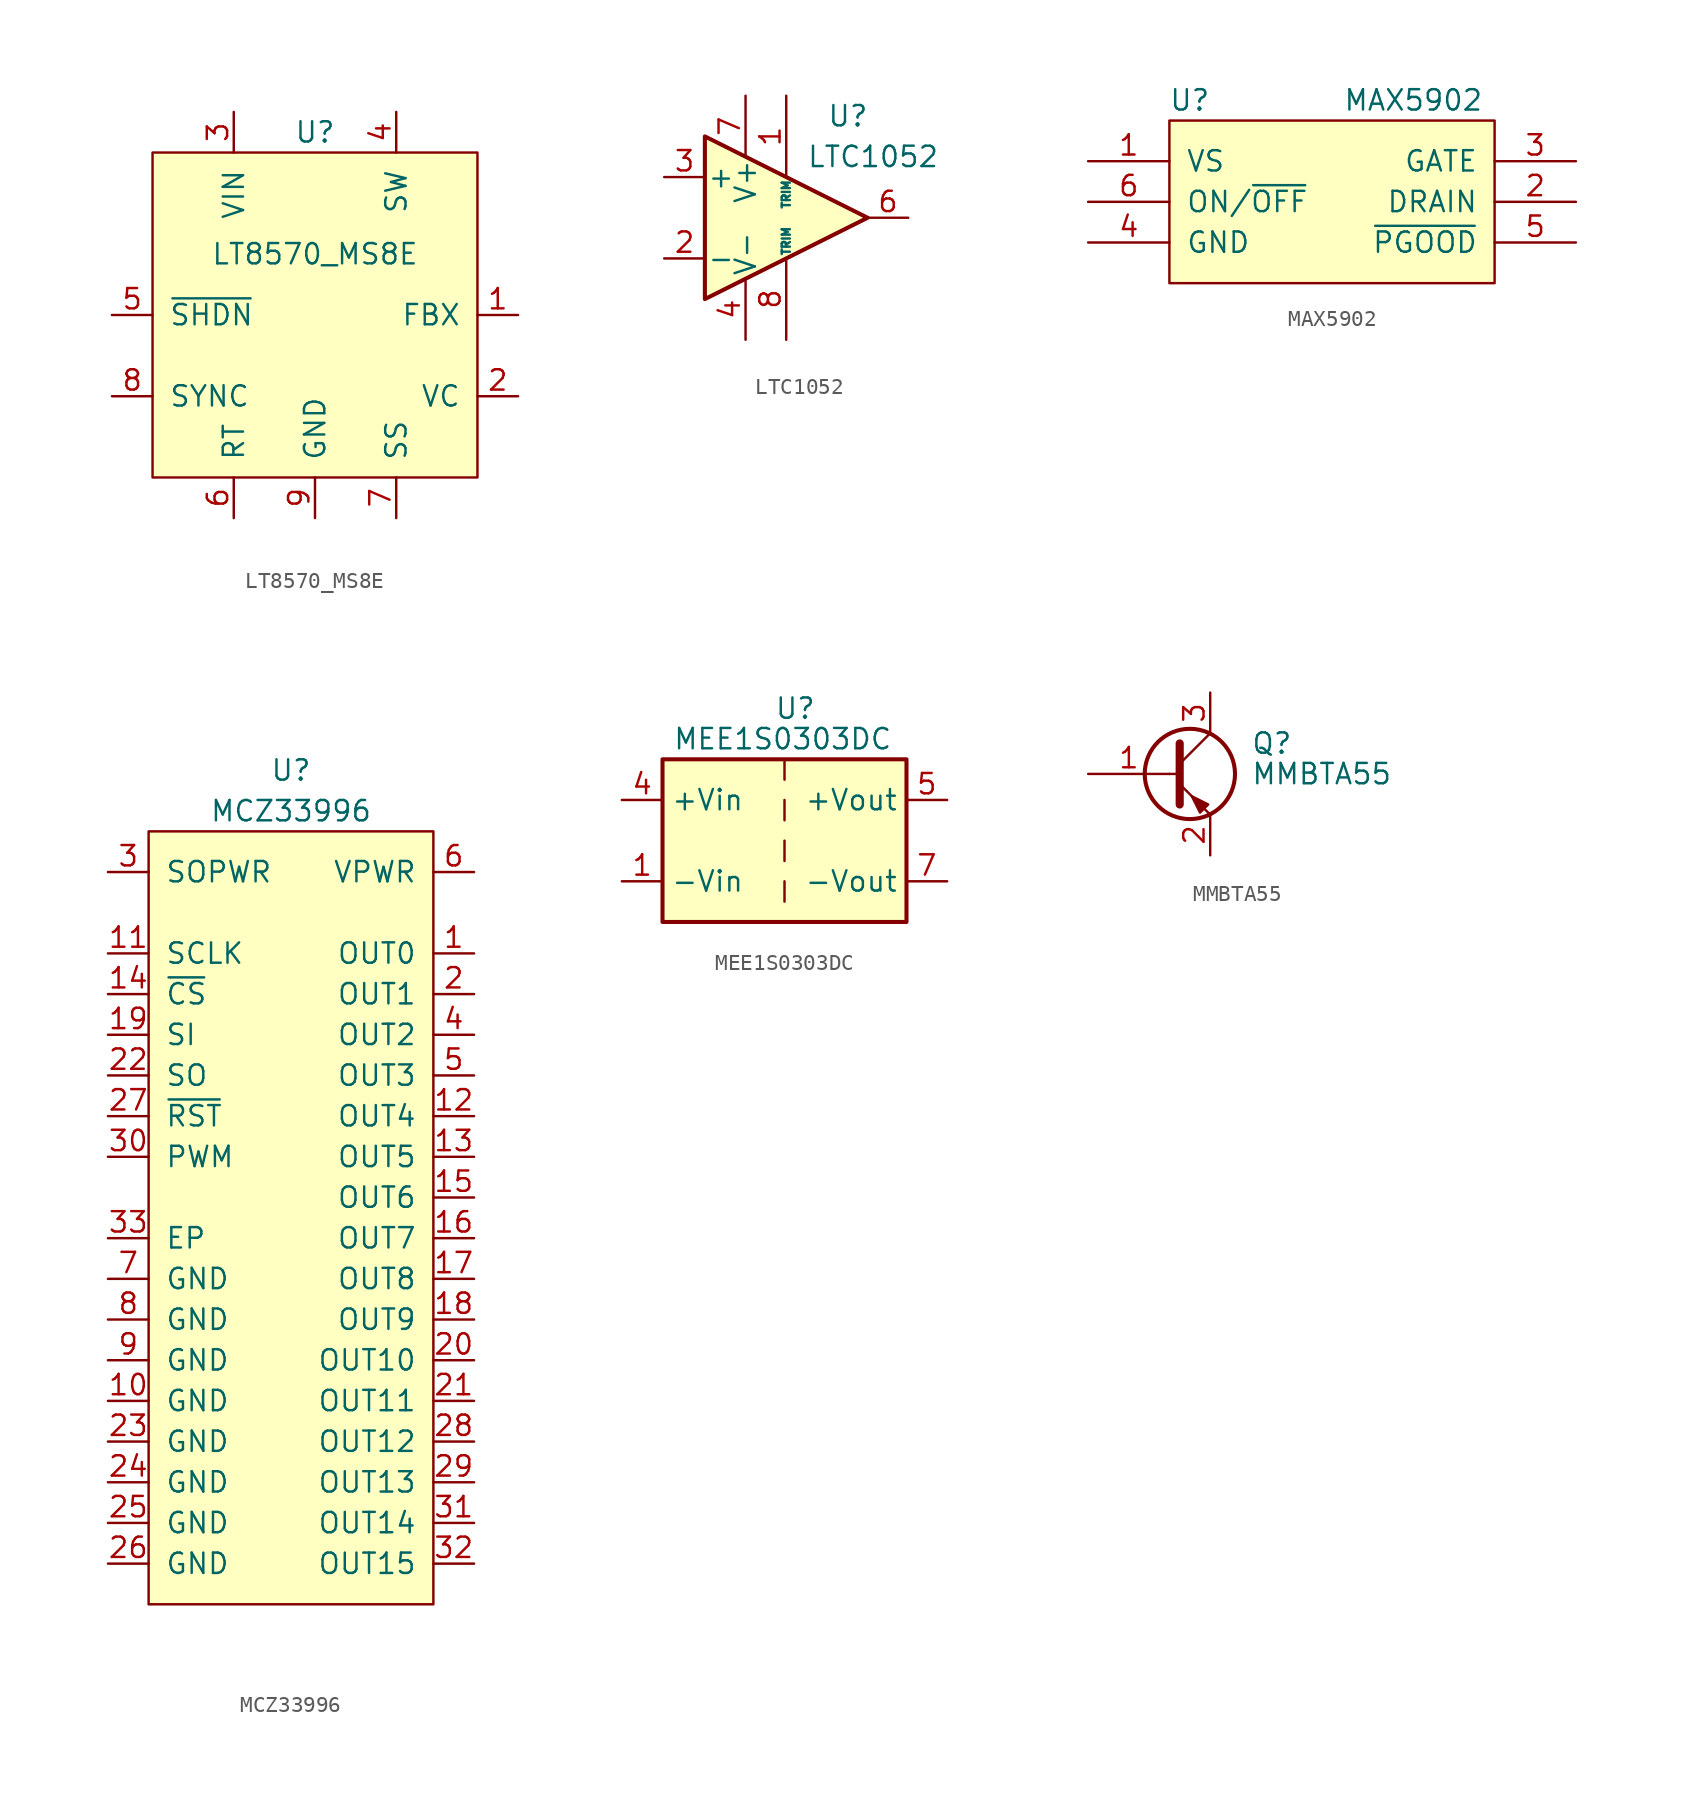
<source format=kicad_sym>
(kicad_symbol_lib
  (version 20211014)
  (generator kicad_symbol_editor)
  (symbol "LT8570_MS8E"
    (pin_names
      (offset 1.016))
    (property "Reference" "U"
      (at 0 11.43 0)
      (effects (font (size 1.27 1.27))))
    (property "Value" "LT8570_MS8E"
      (at 0 3.81 0)
      (effects (font (size 1.27 1.27))))
    (symbol "LT8570_MS8E_0_1"
      (rectangle (start -10.16 10.16) (end 10.16 -10.16) (stroke (width 0) (type default) (color 0 0 0 0)) (fill (type background))))
    (symbol "LT8570_MS8E_1_1"
      (pin input line (at 12.7 0 180) (length 2.54) (name "FBX" (effects (font (size 1.27 1.27)))) (number "1" (effects (font (size 1.27 1.27)))))
      (pin input line (at 12.7 -5.08 180) (length 2.54) (name "VC" (effects (font (size 1.27 1.27)))) (number "2" (effects (font (size 1.27 1.27)))))
      (pin passive line (at -5.08 12.7 270) (length 2.54) (name "VIN" (effects (font (size 1.27 1.27)))) (number "3" (effects (font (size 1.27 1.27)))))
      (pin passive line (at 5.08 12.7 270) (length 2.54) (name "SW" (effects (font (size 1.27 1.27)))) (number "4" (effects (font (size 1.27 1.27)))))
      (pin input line (at -12.7 0 0) (length 2.54) (name "~{SHDN}" (effects (font (size 1.27 1.27)))) (number "5" (effects (font (size 1.27 1.27)))))
      (pin passive line (at -5.08 -12.7 90) (length 2.54) (name "RT" (effects (font (size 1.27 1.27)))) (number "6" (effects (font (size 1.27 1.27)))))
      (pin passive line (at 5.08 -12.7 90) (length 2.54) (name "SS" (effects (font (size 1.27 1.27)))) (number "7" (effects (font (size 1.27 1.27)))))
      (pin input line (at -12.7 -5.08 0) (length 2.54) (name "SYNC" (effects (font (size 1.27 1.27)))) (number "8" (effects (font (size 1.27 1.27)))))
      (pin passive line (at 0 -12.7 90) (length 2.54) (name "GND" (effects (font (size 1.27 1.27)))) (number "9" (effects (font (size 1.27 1.27)))))))
  (symbol "LTC1052"
    (pin_names
      (offset 0.127))
    (property "Reference" "U"
      (at 2.54 6.35 0)
      (effects (font (size 1.27 1.27)) (justify left)))
    (property "Value" "LTC1052"
      (at 1.27 3.81 0)
      (effects (font (size 1.27 1.27)) (justify left)))
    (symbol "LTC1052_0_1"
      (polyline (pts (xy -5.08 5.08) (xy 5.08 0) (xy -5.08 -5.08) (xy -5.08 5.08)) (stroke (width 0.254) (type default) (color 0 0 0 0)) (fill (type background))))
    (symbol "LTC1052_1_1"
      (pin input line (at 0 7.62 270) (length 5.08) (name "TRIM" (effects (font (size 0.508 0.508)))) (number "1" (effects (font (size 1.27 1.27)))))
      (pin input line (at -7.62 -2.54 0) (length 2.54) (name "-" (effects (font (size 1.27 1.27)))) (number "2" (effects (font (size 1.27 1.27)))))
      (pin input line (at -7.62 2.54 0) (length 2.54) (name "+" (effects (font (size 1.27 1.27)))) (number "3" (effects (font (size 1.27 1.27)))))
      (pin power_in line (at -2.54 -7.62 90) (length 3.81) (name "V-" (effects (font (size 1.27 1.27)))) (number "4" (effects (font (size 1.27 1.27)))))
      (pin no_connect non_logic (at 2.54 -1.27 90) (length 0) hide (name "NC" (effects (font (size 0.508 0.508)))) (number "5" (effects (font (size 1.27 1.27)))))
      (pin output line (at 7.62 0 180) (length 2.54) (name "~" (effects (font (size 1.27 1.27)))) (number "6" (effects (font (size 1.27 1.27)))))
      (pin power_in line (at -2.54 7.62 270) (length 3.81) (name "V+" (effects (font (size 1.27 1.27)))) (number "7" (effects (font (size 1.27 1.27)))))
      (pin input line (at 0 -7.62 90) (length 5.08) (name "TRIM" (effects (font (size 0.508 0.508)))) (number "8" (effects (font (size 1.27 1.27)))))))
  (symbol "MAX5902"
    (pin_names
      (offset 1.016))
    (property "Reference" "U"
      (at -8.89 6.35 0)
      (effects (font (size 1.27 1.27))))
    (property "Value" "MAX5902"
      (at 5.08 6.35 0)
      (effects (font (size 1.27 1.27))))
    (symbol "MAX5902_0_1"
      (rectangle (start -10.16 5.08) (end 10.16 -5.08) (stroke (width 0) (type default) (color 0 0 0 0)) (fill (type background))))
    (symbol "MAX5902_1_1"
      (pin passive line (at -15.24 2.54 0) (length 5.08) (name "VS" (effects (font (size 1.27 1.27)))) (number "1" (effects (font (size 1.27 1.27)))))
      (pin passive line (at 15.24 0 180) (length 5.08) (name "DRAIN" (effects (font (size 1.27 1.27)))) (number "2" (effects (font (size 1.27 1.27)))))
      (pin passive line (at 15.24 2.54 180) (length 5.08) (name "GATE" (effects (font (size 1.27 1.27)))) (number "3" (effects (font (size 1.27 1.27)))))
      (pin passive line (at -15.24 -2.54 0) (length 5.08) (name "GND" (effects (font (size 1.27 1.27)))) (number "4" (effects (font (size 1.27 1.27)))))
      (pin passive line (at 15.24 -2.54 180) (length 5.08) (name "~{PGOOD}" (effects (font (size 1.27 1.27)))) (number "5" (effects (font (size 1.27 1.27)))))
      (pin passive line (at -15.24 0 0) (length 5.08) (name "ON/~{OFF}" (effects (font (size 1.27 1.27)))) (number "6" (effects (font (size 1.27 1.27)))))))
  (symbol "MCZ33996"
    (pin_names
      (offset 1.016))
    (property "Reference" "U"
      (at 0 27.94 0)
      (effects (font (size 1.27 1.27))))
    (property "Value" "MCZ33996"
      (at 0 25.4 0)
      (effects (font (size 1.27 1.27))))
    (symbol "MCZ33996_0_1"
      (rectangle (start -8.89 24.13) (end 8.89 -24.13) (stroke (width 0) (type default) (color 0 0 0 0)) (fill (type background))))
    (symbol "MCZ33996_1_1"
      (pin bidirectional line (at 11.43 16.51 180) (length 2.54) (name "OUT0" (effects (font (size 1.27 1.27)))) (number "1" (effects (font (size 1.27 1.27)))))
      (pin passive line (at -11.43 -11.43 0) (length 2.54) (name "GND" (effects (font (size 1.27 1.27)))) (number "10" (effects (font (size 1.27 1.27)))))
      (pin bidirectional line (at -11.43 16.51 0) (length 2.54) (name "SCLK" (effects (font (size 1.27 1.27)))) (number "11" (effects (font (size 1.27 1.27)))))
      (pin bidirectional line (at 11.43 6.35 180) (length 2.54) (name "OUT4" (effects (font (size 1.27 1.27)))) (number "12" (effects (font (size 1.27 1.27)))))
      (pin bidirectional line (at 11.43 3.81 180) (length 2.54) (name "OUT5" (effects (font (size 1.27 1.27)))) (number "13" (effects (font (size 1.27 1.27)))))
      (pin bidirectional line (at -11.43 13.97 0) (length 2.54) (name "~{CS}" (effects (font (size 1.27 1.27)))) (number "14" (effects (font (size 1.27 1.27)))))
      (pin bidirectional line (at 11.43 1.27 180) (length 2.54) (name "OUT6" (effects (font (size 1.27 1.27)))) (number "15" (effects (font (size 1.27 1.27)))))
      (pin bidirectional line (at 11.43 -1.27 180) (length 2.54) (name "OUT7" (effects (font (size 1.27 1.27)))) (number "16" (effects (font (size 1.27 1.27)))))
      (pin bidirectional line (at 11.43 -3.81 180) (length 2.54) (name "OUT8" (effects (font (size 1.27 1.27)))) (number "17" (effects (font (size 1.27 1.27)))))
      (pin bidirectional line (at 11.43 -6.35 180) (length 2.54) (name "OUT9" (effects (font (size 1.27 1.27)))) (number "18" (effects (font (size 1.27 1.27)))))
      (pin bidirectional line (at -11.43 11.43 0) (length 2.54) (name "SI" (effects (font (size 1.27 1.27)))) (number "19" (effects (font (size 1.27 1.27)))))
      (pin bidirectional line (at 11.43 13.97 180) (length 2.54) (name "OUT1" (effects (font (size 1.27 1.27)))) (number "2" (effects (font (size 1.27 1.27)))))
      (pin bidirectional line (at 11.43 -8.89 180) (length 2.54) (name "OUT10" (effects (font (size 1.27 1.27)))) (number "20" (effects (font (size 1.27 1.27)))))
      (pin bidirectional line (at 11.43 -11.43 180) (length 2.54) (name "OUT11" (effects (font (size 1.27 1.27)))) (number "21" (effects (font (size 1.27 1.27)))))
      (pin bidirectional line (at -11.43 8.89 0) (length 2.54) (name "SO" (effects (font (size 1.27 1.27)))) (number "22" (effects (font (size 1.27 1.27)))))
      (pin passive line (at -11.43 -13.97 0) (length 2.54) (name "GND" (effects (font (size 1.27 1.27)))) (number "23" (effects (font (size 1.27 1.27)))))
      (pin passive line (at -11.43 -16.51 0) (length 2.54) (name "GND" (effects (font (size 1.27 1.27)))) (number "24" (effects (font (size 1.27 1.27)))))
      (pin passive line (at -11.43 -19.05 0) (length 2.54) (name "GND" (effects (font (size 1.27 1.27)))) (number "25" (effects (font (size 1.27 1.27)))))
      (pin passive line (at -11.43 -21.59 0) (length 2.54) (name "GND" (effects (font (size 1.27 1.27)))) (number "26" (effects (font (size 1.27 1.27)))))
      (pin bidirectional line (at -11.43 6.35 0) (length 2.54) (name "~{RST}" (effects (font (size 1.27 1.27)))) (number "27" (effects (font (size 1.27 1.27)))))
      (pin bidirectional line (at 11.43 -13.97 180) (length 2.54) (name "OUT12" (effects (font (size 1.27 1.27)))) (number "28" (effects (font (size 1.27 1.27)))))
      (pin bidirectional line (at 11.43 -16.51 180) (length 2.54) (name "OUT13" (effects (font (size 1.27 1.27)))) (number "29" (effects (font (size 1.27 1.27)))))
      (pin passive line (at -11.43 21.59 0) (length 2.54) (name "SOPWR" (effects (font (size 1.27 1.27)))) (number "3" (effects (font (size 1.27 1.27)))))
      (pin bidirectional line (at -11.43 3.81 0) (length 2.54) (name "PWM" (effects (font (size 1.27 1.27)))) (number "30" (effects (font (size 1.27 1.27)))))
      (pin bidirectional line (at 11.43 -19.05 180) (length 2.54) (name "OUT14" (effects (font (size 1.27 1.27)))) (number "31" (effects (font (size 1.27 1.27)))))
      (pin bidirectional line (at 11.43 -21.59 180) (length 2.54) (name "OUT15" (effects (font (size 1.27 1.27)))) (number "32" (effects (font (size 1.27 1.27)))))
      (pin passive line (at -11.43 -1.27 0) (length 2.54) (name "EP" (effects (font (size 1.27 1.27)))) (number "33" (effects (font (size 1.27 1.27)))))
      (pin bidirectional line (at 11.43 11.43 180) (length 2.54) (name "OUT2" (effects (font (size 1.27 1.27)))) (number "4" (effects (font (size 1.27 1.27)))))
      (pin bidirectional line (at 11.43 8.89 180) (length 2.54) (name "OUT3" (effects (font (size 1.27 1.27)))) (number "5" (effects (font (size 1.27 1.27)))))
      (pin passive line (at 11.43 21.59 180) (length 2.54) (name "VPWR" (effects (font (size 1.27 1.27)))) (number "6" (effects (font (size 1.27 1.27)))))
      (pin passive line (at -11.43 -3.81 0) (length 2.54) (name "GND" (effects (font (size 1.27 1.27)))) (number "7" (effects (font (size 1.27 1.27)))))
      (pin passive line (at -11.43 -6.35 0) (length 2.54) (name "GND" (effects (font (size 1.27 1.27)))) (number "8" (effects (font (size 1.27 1.27)))))
      (pin passive line (at -11.43 -8.89 0) (length 2.54) (name "GND" (effects (font (size 1.27 1.27)))) (number "9" (effects (font (size 1.27 1.27)))))))
  (symbol "MEE1S0303DC"
    (property "Reference" "U"
      (at -0.635 8.255 0)
      (effects (font (size 1.27 1.27)) (justify left)))
    (property "Value" "MEE1S0303DC"
      (at -6.985 6.35 0)
      (effects (font (size 1.27 1.27)) (justify left)))
    (symbol "MEE1S0303DC_0_0"
      (pin power_in line (at -10.16 -2.54 0) (length 2.54) (name "-Vin" (effects (font (size 1.27 1.27)))) (number "1" (effects (font (size 1.27 1.27)))))
      (pin power_in line (at -10.16 2.54 0) (length 2.54) (name "+Vin" (effects (font (size 1.27 1.27)))) (number "4" (effects (font (size 1.27 1.27)))))
      (pin power_out line (at 10.16 2.54 180) (length 2.54) (name "+Vout" (effects (font (size 1.27 1.27)))) (number "5" (effects (font (size 1.27 1.27)))))
      (pin power_out line (at 10.16 -2.54 180) (length 2.54) (name "-Vout" (effects (font (size 1.27 1.27)))) (number "7" (effects (font (size 1.27 1.27))))))
    (symbol "MEE1S0303DC_0_1"
      (rectangle (start -7.62 5.08) (end 7.62 -5.08) (stroke (width 0.254) (type default) (color 0 0 0 0)) (fill (type background)))
      (polyline (pts (xy 0 -2.54) (xy 0 -3.81)) (stroke (width 0) (type default) (color 0 0 0 0)) (fill (type none)))
      (polyline (pts (xy 0 0) (xy 0 -1.27)) (stroke (width 0) (type default) (color 0 0 0 0)) (fill (type none)))
      (polyline (pts (xy 0 2.54) (xy 0 1.27)) (stroke (width 0) (type default) (color 0 0 0 0)) (fill (type none)))
      (polyline (pts (xy 0 5.08) (xy 0 3.81)) (stroke (width 0) (type default) (color 0 0 0 0)) (fill (type none)))))
  (symbol "MMBTA55"
    (pin_names
      (offset 0) hide)
    (property "Reference" "Q"
      (at 5.08 1.905 0)
      (effects (font (size 1.27 1.27)) (justify left)))
    (property "Value" "MMBTA55"
      (at 5.08 0 0)
      (effects (font (size 1.27 1.27)) (justify left)))
    (symbol "MMBTA55_0_1"
      (polyline (pts (xy 0 0) (xy 0.635 0)) (stroke (width 0) (type default) (color 0 0 0 0)) (fill (type none)))
      (polyline (pts (xy 2.54 -2.54) (xy 0.635 -0.635)) (stroke (width 0) (type default) (color 0 0 0 0)) (fill (type none)))
      (polyline (pts (xy 2.54 2.54) (xy 0.635 0.635)) (stroke (width 0) (type default) (color 0 0 0 0)) (fill (type none)))
      (polyline (pts (xy 0.635 1.905) (xy 0.635 -1.905) (xy 0.635 -1.905)) (stroke (width 0.508) (type default) (color 0 0 0 0)) (fill (type outline)))
      (polyline (pts (xy 1.905 -2.413) (xy 2.413 -1.905) (xy 1.397 -1.397) (xy 1.905 -2.413) (xy 1.905 -2.413)) (stroke (width 0) (type default) (color 0 0 0 0)) (fill (type outline)))
      (circle (center 1.27 0) (radius 2.819) (stroke (width 0.254) (type default) (color 0 0 0 0)) (fill (type none))))
    (symbol "MMBTA55_1_1"
      (pin input line (at -5.08 0 0) (length 5.08) (name "B" (effects (font (size 1.27 1.27)))) (number "1" (effects (font (size 1.27 1.27)))))
      (pin passive line (at 2.54 -5.08 90) (length 2.54) (name "E" (effects (font (size 1.27 1.27)))) (number "2" (effects (font (size 1.27 1.27)))))
      (pin passive line (at 2.54 5.08 270) (length 2.54) (name "C" (effects (font (size 1.27 1.27)))) (number "3" (effects (font (size 1.27 1.27))))))))
</source>
